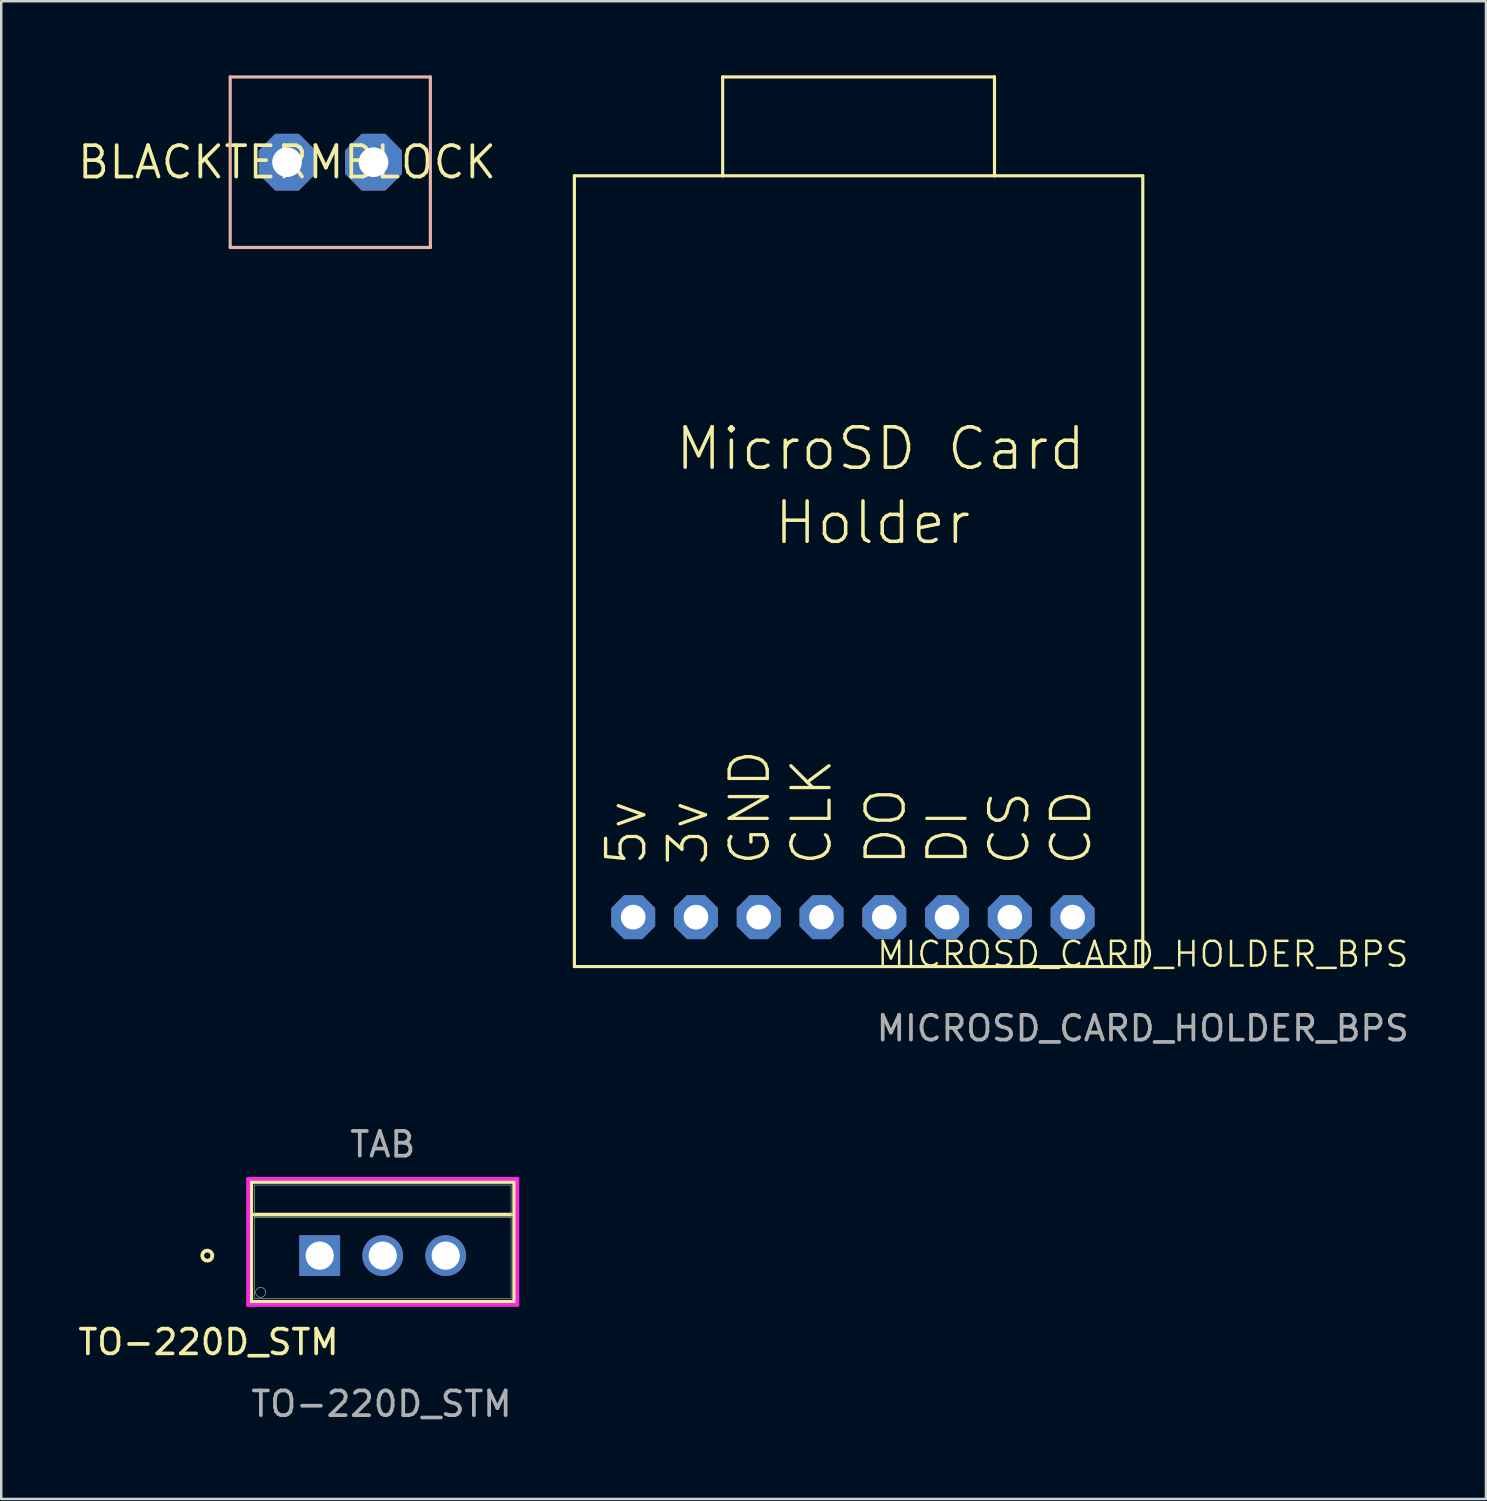
<source format=kicad_pcb>
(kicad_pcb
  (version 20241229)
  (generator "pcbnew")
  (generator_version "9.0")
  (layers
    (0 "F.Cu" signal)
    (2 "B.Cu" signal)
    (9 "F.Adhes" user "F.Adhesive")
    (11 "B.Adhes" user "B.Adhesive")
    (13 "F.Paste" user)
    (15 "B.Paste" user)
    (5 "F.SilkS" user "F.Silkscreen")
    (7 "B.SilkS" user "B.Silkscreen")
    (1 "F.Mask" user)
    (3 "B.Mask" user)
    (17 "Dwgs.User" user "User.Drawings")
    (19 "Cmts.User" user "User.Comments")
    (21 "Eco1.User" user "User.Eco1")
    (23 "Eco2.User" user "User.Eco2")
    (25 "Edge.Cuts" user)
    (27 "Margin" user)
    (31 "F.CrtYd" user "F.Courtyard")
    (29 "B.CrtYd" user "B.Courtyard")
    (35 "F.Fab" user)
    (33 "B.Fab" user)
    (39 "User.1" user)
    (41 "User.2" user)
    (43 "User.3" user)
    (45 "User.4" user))
  (footprint "TO-220D_STM"
    (layer "F.Cu")
    (at 9.887 47.76)
    (property "Reference" "TO-220D_STM" (at -4.5 3.5 0) (unlocked yes) (layer "F.SilkS") (effects (font (size 1 1) (thickness 0.15))))
    (attr through_hole)
    (fp_line (start -2.771 -2.982) (end -2.771 1.869) (stroke (width 0.152) (type solid)) (layer "F.SilkS"))
    (fp_line (start -2.771 1.869) (end 7.871 1.869) (stroke (width 0.152) (type solid)) (layer "F.SilkS"))
    (fp_line (start -2.644 -1.661) (end 7.744 -1.661) (stroke (width 0.152) (type solid)) (layer "F.SilkS"))
    (fp_line (start 7.871 -2.982) (end -2.771 -2.982) (stroke (width 0.152) (type solid)) (layer "F.SilkS"))
    (fp_line (start 7.871 1.869) (end 7.871 -2.982) (stroke (width 0.152) (type solid)) (layer "F.SilkS"))
    (fp_circle (center -4.549 0) (end -4.346 0) (stroke (width 0.152) (type solid)) (fill no) (layer "F.SilkS"))
    (fp_line (start -2.898 -3.109) (end -2.898 1.996) (stroke (width 0.152) (type solid)) (layer "F.CrtYd"))
    (fp_line (start -2.898 1.996) (end 7.998 1.996) (stroke (width 0.152) (type solid)) (layer "F.CrtYd"))
    (fp_line (start 7.998 -3.109) (end -2.898 -3.109) (stroke (width 0.152) (type solid)) (layer "F.CrtYd"))
    (fp_line (start 7.998 1.996) (end 7.998 -3.109) (stroke (width 0.152) (type solid)) (layer "F.CrtYd"))
    (fp_line (start -2.644 -2.855) (end -2.644 1.742) (stroke (width 0.025) (type solid)) (layer "F.Fab"))
    (fp_line (start -2.644 -1.534) (end 7.744 -1.534) (stroke (width 0.025) (type solid)) (layer "F.Fab"))
    (fp_line (start -2.644 1.742) (end 7.744 1.742) (stroke (width 0.025) (type solid)) (layer "F.Fab"))
    (fp_line (start 7.744 -2.855) (end -2.644 -2.855) (stroke (width 0.025) (type solid)) (layer "F.Fab"))
    (fp_line (start 7.744 1.742) (end 7.744 -2.855) (stroke (width 0.025) (type solid)) (layer "F.Fab"))
    (fp_circle (center -2.39 1.488) (end -2.187 1.488) (stroke (width 0.025) (type solid)) (fill no) (layer "F.Fab"))
    (fp_text user "TAB" (at 2.55 -4.5 0) (unlocked yes) (layer "F.Fab") (effects (font (size 1 1) (thickness 0.15))))
    (fp_text user "${REFERENCE}" (at 2.5 6 0) (unlocked yes) (layer "F.Fab") (effects (font (size 1 1) (thickness 0.15))))
    (pad "1" thru_hole rect (at 0 0) (size 1.651 1.651) (drill 1.143) (layers "*.Cu" "*.Mask"))
    (pad "2" thru_hole circle (at 2.55 0) (size 1.651 1.651) (drill 1.143) (layers "*.Cu" "*.Mask"))
    (pad "3" thru_hole circle (at 5.1 0) (size 1.651 1.651) (drill 1.143) (layers "*.Cu" "*.Mask")))
  (footprint "BLACKTERMBLOCK"
    (layer "F.Cu")
    (at 8.565 3.514)
    (property "Reference" "BLACKTERMBLOCK" (at 0 0 0) (layer "F.SilkS") (effects (font (size 1.27 1.27) (thickness 0.15))))
    (fp_line (start -2.3 -3.45) (end 5.8 -3.45) (stroke (width 0.127) (type solid)) (layer "B.SilkS"))
    (fp_line (start -2.3 3.45) (end -2.3 -3.45) (stroke (width 0.127) (type solid)) (layer "B.SilkS"))
    (fp_line (start 5.8 -3.45) (end 5.8 3.45) (stroke (width 0.127) (type solid)) (layer "B.SilkS"))
    (fp_line (start 5.8 3.45) (end -2.3 3.45) (stroke (width 0.127) (type solid)) (layer "B.SilkS"))
    (pad "1" thru_hole roundrect (at 0 0) (size 2.3 2.3) (drill 1.2) (layers "*.Cu" "*.Mask") (roundrect_rratio 0.25) (chamfer_ratio 0.293) (chamfer top_left top_right bottom_left bottom_right))
    (pad "2" thru_hole roundrect (at 3.5 0) (size 2.3 2.3) (drill 1.2) (layers "*.Cu" "*.Mask") (roundrect_rratio 0.25) (chamfer_ratio 0.293) (chamfer top_left top_right bottom_left bottom_right)))
  (footprint "MICROSD_CARD_HOLDER_BPS"
    (layer "F.Cu")
    (at 43.193 36.063)
    (property "Reference" "MICROSD_CARD_HOLDER_BPS" (at 0 -0.5 0) (unlocked yes) (layer "F.SilkS") (effects (font (size 1 1) (thickness 0.1))))
    (attr through_hole)
    (fp_line (start -23 -32) (end -23 0) (stroke (width 0.127) (type solid)) (layer "F.SilkS"))
    (fp_line (start -23 0) (end 0 0) (stroke (width 0.127) (type solid)) (layer "F.SilkS"))
    (fp_line (start -17 -36) (end -6 -36) (stroke (width 0.127) (type solid)) (layer "F.SilkS"))
    (fp_line (start -17 -32) (end -23 -32) (stroke (width 0.127) (type solid)) (layer "F.SilkS"))
    (fp_line (start -17 -32) (end -17 -36) (stroke (width 0.127) (type solid)) (layer "F.SilkS"))
    (fp_line (start -6 -36) (end -6 -32) (stroke (width 0.127) (type solid)) (layer "F.SilkS"))
    (fp_line (start -6 -32) (end -17 -32) (stroke (width 0.127) (type solid)) (layer "F.SilkS"))
    (fp_line (start 0 -32) (end -6 -32) (stroke (width 0.127) (type solid)) (layer "F.SilkS"))
    (fp_line (start 0 0) (end 0 -32) (stroke (width 0.127) (type solid)) (layer "F.SilkS"))
    (fp_text user "DO" (at -9.5 -4 90) (unlocked yes) (layer "F.SilkS") (effects (font (size 1.542 1.542) (thickness 0.134)) (justify left bottom)))
    (fp_text user "MicroSD Card" (at -19 -20 0) (unlocked yes) (layer "F.SilkS") (effects (font (size 1.636 1.636) (thickness 0.142)) (justify left bottom)))
    (fp_text user "CS" (at -4.5 -4 90) (unlocked yes) (layer "F.SilkS") (effects (font (size 1.542 1.542) (thickness 0.134)) (justify left bottom)))
    (fp_text user "CLK" (at -12.5 -4 90) (unlocked yes) (layer "F.SilkS") (effects (font (size 1.542 1.542) (thickness 0.134)) (justify left bottom)))
    (fp_text user "3v" (at -17.5 -4 90) (unlocked yes) (layer "F.SilkS") (effects (font (size 1.542 1.542) (thickness 0.134)) (justify left bottom)))
    (fp_text user "5v" (at -20 -4 90) (unlocked yes) (layer "F.SilkS") (effects (font (size 1.542 1.542) (thickness 0.134)) (justify left bottom)))
    (fp_text user "Holder" (at -15 -17 0) (unlocked yes) (layer "F.SilkS") (effects (font (size 1.636 1.636) (thickness 0.142)) (justify left bottom)))
    (fp_text user "GND" (at -15 -4 90) (unlocked yes) (layer "F.SilkS") (effects (font (size 1.542 1.542) (thickness 0.134)) (justify left bottom)))
    (fp_text user "CD" (at -2 -4 90) (unlocked yes) (layer "F.SilkS") (effects (font (size 1.542 1.542) (thickness 0.134)) (justify left bottom)))
    (fp_text user "DI" (at -7 -4 90) (unlocked yes) (layer "F.SilkS") (effects (font (size 1.542 1.542) (thickness 0.134)) (justify left bottom)))
    (fp_text user "${REFERENCE}" (at 0 2.5 0) (unlocked yes) (layer "F.Fab") (effects (font (size 1 1) (thickness 0.15))))
    (pad "3V" thru_hole roundrect (at -18.08 -2) (size 1.778 1.778) (drill 1) (layers "*.Cu" "*.Mask") (roundrect_rratio 0.25) (chamfer_ratio 0.293) (chamfer top_left top_right bottom_left bottom_right))
    (pad "5V" thru_hole roundrect (at -20.62 -2) (size 1.778 1.778) (drill 1) (layers "*.Cu" "*.Mask") (roundrect_rratio 0.25) (chamfer_ratio 0.293) (chamfer top_left top_right bottom_left bottom_right))
    (pad "CD" thru_hole roundrect (at -2.84 -2) (size 1.778 1.778) (drill 1) (layers "*.Cu" "*.Mask") (roundrect_rratio 0.25) (chamfer_ratio 0.293) (chamfer top_left top_right bottom_left bottom_right))
    (pad "CLK" thru_hole roundrect (at -13 -2) (size 1.778 1.778) (drill 1) (layers "*.Cu" "*.Mask") (roundrect_rratio 0.25) (chamfer_ratio 0.293) (chamfer top_left top_right bottom_left bottom_right))
    (pad "CS" thru_hole roundrect (at -5.38 -2) (size 1.778 1.778) (drill 1) (layers "*.Cu" "*.Mask") (roundrect_rratio 0.25) (chamfer_ratio 0.293) (chamfer top_left top_right bottom_left bottom_right))
    (pad "DI" thru_hole roundrect (at -7.92 -2) (size 1.778 1.778) (drill 1) (layers "*.Cu" "*.Mask") (roundrect_rratio 0.25) (chamfer_ratio 0.293) (chamfer top_left top_right bottom_left bottom_right))
    (pad "DO" thru_hole roundrect (at -10.46 -2) (size 1.778 1.778) (drill 1) (layers "*.Cu" "*.Mask") (roundrect_rratio 0.25) (chamfer_ratio 0.293) (chamfer top_left top_right bottom_left bottom_right))
    (pad "GND" thru_hole roundrect (at -15.54 -2) (size 1.778 1.778) (drill 1) (layers "*.Cu" "*.Mask") (roundrect_rratio 0.25) (chamfer_ratio 0.293) (chamfer top_left top_right bottom_left bottom_right)))
  (gr_rect
    (start -3 -3)
    (end 57.08 57.608)
    (stroke (width 0.1) (type default))
    (fill no)
    (layer "Edge.Cuts")))
</source>
